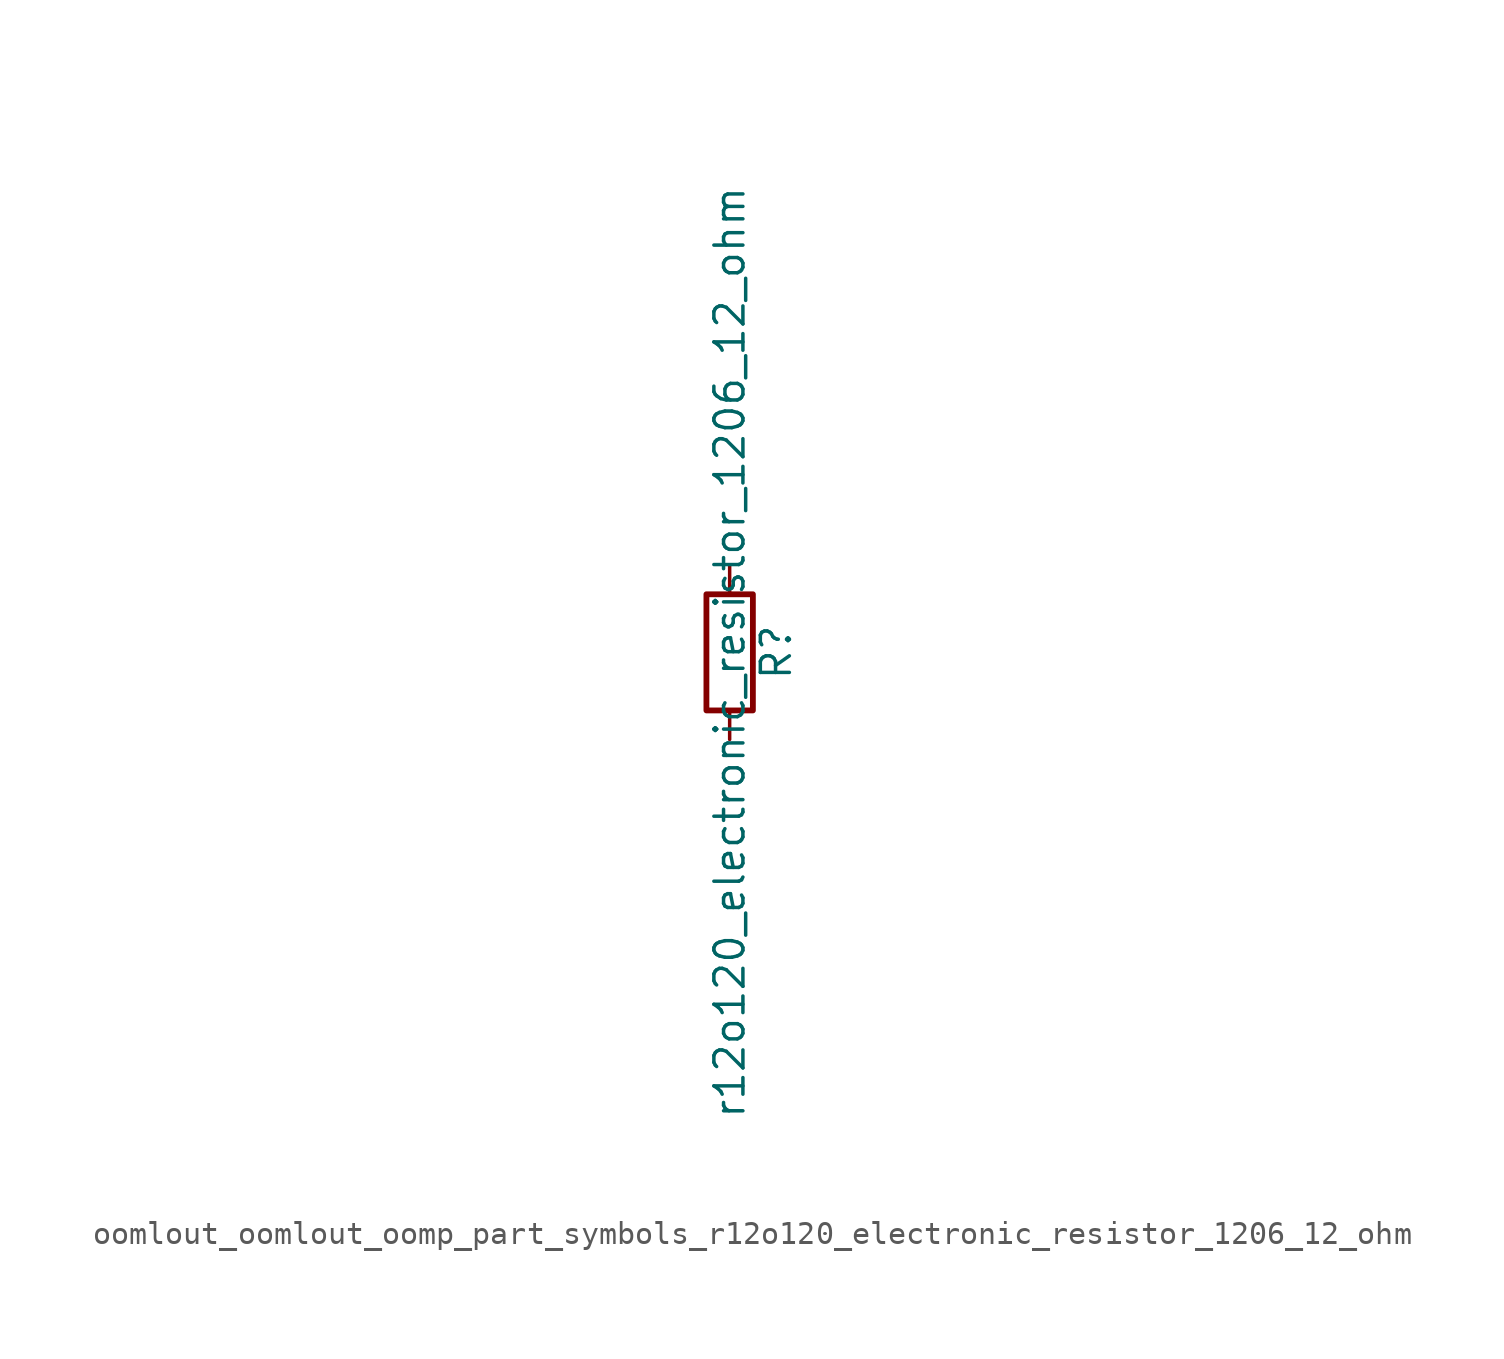
<source format=kicad_sym>
(kicad_symbol_lib
  (version 20220914)
  (generator kicad_symbol_editor)
  (symbol "oomlout_oomlout_oomp_part_symbols_r12o120_electronic_resistor_1206_12_ohm"
    (pin_numbers hide)
    (pin_names
      (offset 0))
    (property "Reference" "R"
      (at 2.032 0 90)
      (effects (font (size 1.27 1.27))))
    (property "Value" "r12o120_electronic_resistor_1206_12_ohm"
      (at 0 0 90)
      (effects (font (size 1.27 1.27))))
    (symbol "oomlout_oomlout_oomp_part_symbols_r12o120_electronic_resistor_1206_12_ohm_0_1"
      (rectangle (start -1.016 -2.54) (end 1.016 2.54) (stroke (width 0.254) (type default)) (fill (type none))))
    (symbol "oomlout_oomlout_oomp_part_symbols_r12o120_electronic_resistor_1206_12_ohm_1_1"
      (pin passive line (at 0 3.81 270) (length 1.27) (name "~" (effects (font (size 1.27 1.27)))) (number "1" (effects (font (size 1.27 1.27)))))
      (pin passive line (at 0 -3.81 90) (length 1.27) (name "~" (effects (font (size 1.27 1.27)))) (number "2" (effects (font (size 1.27 1.27))))))))
</source>
